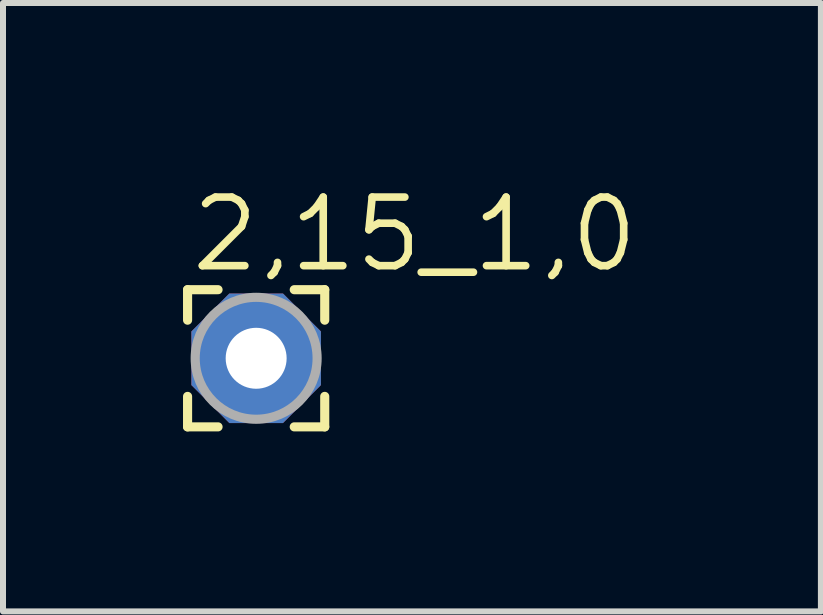
<source format=kicad_pcb>
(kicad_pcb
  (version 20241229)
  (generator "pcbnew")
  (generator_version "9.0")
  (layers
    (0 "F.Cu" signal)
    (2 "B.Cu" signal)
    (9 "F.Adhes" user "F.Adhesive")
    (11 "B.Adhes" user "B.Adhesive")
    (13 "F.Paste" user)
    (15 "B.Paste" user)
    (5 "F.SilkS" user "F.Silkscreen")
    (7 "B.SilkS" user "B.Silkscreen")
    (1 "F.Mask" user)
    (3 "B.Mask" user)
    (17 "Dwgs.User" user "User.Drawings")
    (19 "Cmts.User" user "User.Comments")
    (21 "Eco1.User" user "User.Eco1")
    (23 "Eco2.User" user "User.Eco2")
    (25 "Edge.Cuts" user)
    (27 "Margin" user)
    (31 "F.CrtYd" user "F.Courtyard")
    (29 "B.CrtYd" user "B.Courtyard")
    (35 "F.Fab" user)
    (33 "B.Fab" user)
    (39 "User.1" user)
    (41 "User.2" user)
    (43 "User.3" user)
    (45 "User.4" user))
  (footprint "2,15_1,0"
    (layer "F.Cu")
    (at 1.219 2.921)
    (property "Reference" "2,15_1,0" (at -1.143 -1.397 0) (unlocked yes) (layer "F.SilkS") (effects (font (size 1.143 1.143) (thickness 0.127)) (justify left bottom)))
    (fp_line (start -1.143 -1.143) (end -1.143 -0.635) (stroke (width 0.152) (type solid)) (layer "F.SilkS"))
    (fp_line (start -1.143 0.635) (end -1.143 1.143) (stroke (width 0.152) (type solid)) (layer "F.SilkS"))
    (fp_line (start -1.143 1.143) (end -0.635 1.143) (stroke (width 0.152) (type solid)) (layer "F.SilkS"))
    (fp_line (start -0.635 -1.143) (end -1.143 -1.143) (stroke (width 0.152) (type solid)) (layer "F.SilkS"))
    (fp_line (start 1.143 -1.143) (end 0.635 -1.143) (stroke (width 0.152) (type solid)) (layer "F.SilkS"))
    (fp_line (start 1.143 -0.635) (end 1.143 -1.143) (stroke (width 0.152) (type solid)) (layer "F.SilkS"))
    (fp_line (start 1.143 1.143) (end 0.635 1.143) (stroke (width 0.152) (type solid)) (layer "F.SilkS"))
    (fp_line (start 1.143 1.143) (end 1.143 0.635) (stroke (width 0.152) (type solid)) (layer "F.SilkS"))
    (fp_circle (center 0 0) (end 1.016 0) (stroke (width 0.152) (type solid)) (fill no) (layer "F.Fab"))
    (pad "1" thru_hole roundrect (at 0 0) (size 2.159 2.159) (drill 1.016) (layers "*.Cu" "*.Mask") (roundrect_rratio 0.25) (chamfer_ratio 0.293) (chamfer top_left top_right bottom_left bottom_right)))
  (gr_rect
    (start -3 -3)
    (end 10.631 7.14)
    (stroke (width 0.1) (type default))
    (fill no)
    (layer "Edge.Cuts")))
</source>
